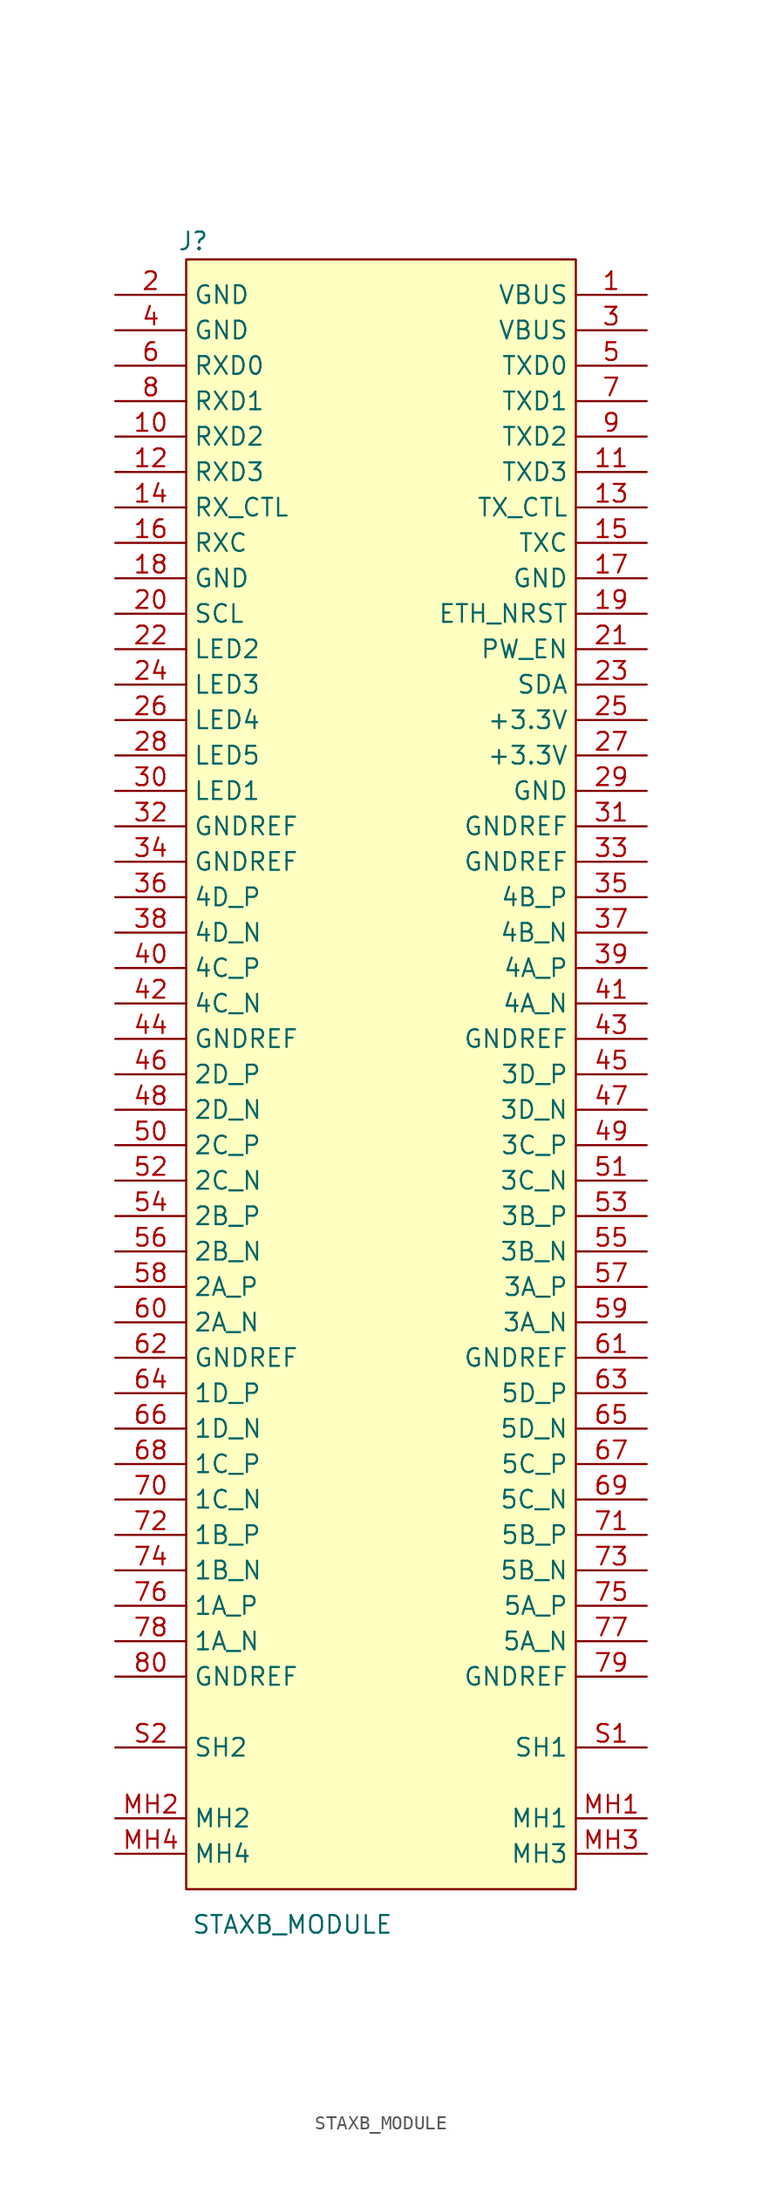
<source format=kicad_sym>
(kicad_symbol_lib
  (version 20220914)
  (generator kicad_symbol_editor)
  (symbol "STAXB_MODULE"
    (property "Reference" "J"
      (at 0.501 118.146 0)
      (effects (font (size 1.27 1.27))))
    (property "Value" "STAXB_MODULE"
      (at 7.62 -2.54 0)
      (effects (font (size 1.27 1.27))))
    (symbol "STAXB_MODULE_1_0"
      (rectangle (start 27.94 116.84) (end 0 0) (stroke (width 0) (type solid)) (fill (type background)))
      (pin power_in line (at 33.02 114.3 180) (length 5.08) (name "VBUS" (effects (font (size 1.27 1.27)))) (number "1" (effects (font (size 1.27 1.27)))))
      (pin passive line (at -5.08 104.14 0) (length 5.08) (name "RXD2" (effects (font (size 1.27 1.27)))) (number "10" (effects (font (size 1.27 1.27)))))
      (pin passive line (at 33.02 101.6 180) (length 5.08) (name "TXD3" (effects (font (size 1.27 1.27)))) (number "11" (effects (font (size 1.27 1.27)))))
      (pin passive line (at -5.08 101.6 0) (length 5.08) (name "RXD3" (effects (font (size 1.27 1.27)))) (number "12" (effects (font (size 1.27 1.27)))))
      (pin passive line (at 33.02 99.06 180) (length 5.08) (name "TX_CTL" (effects (font (size 1.27 1.27)))) (number "13" (effects (font (size 1.27 1.27)))))
      (pin passive line (at -5.08 99.06 0) (length 5.08) (name "RX_CTL" (effects (font (size 1.27 1.27)))) (number "14" (effects (font (size 1.27 1.27)))))
      (pin passive line (at 33.02 96.52 180) (length 5.08) (name "TXC" (effects (font (size 1.27 1.27)))) (number "15" (effects (font (size 1.27 1.27)))))
      (pin passive line (at -5.08 96.52 0) (length 5.08) (name "RXC" (effects (font (size 1.27 1.27)))) (number "16" (effects (font (size 1.27 1.27)))))
      (pin power_in line (at 33.02 93.98 180) (length 5.08) (name "GND" (effects (font (size 1.27 1.27)))) (number "17" (effects (font (size 1.27 1.27)))))
      (pin power_in line (at -5.08 93.98 0) (length 5.08) (name "GND" (effects (font (size 1.27 1.27)))) (number "18" (effects (font (size 1.27 1.27)))))
      (pin passive line (at 33.02 91.44 180) (length 5.08) (name "ETH_NRST" (effects (font (size 1.27 1.27)))) (number "19" (effects (font (size 1.27 1.27)))))
      (pin power_in line (at -5.08 114.3 0) (length 5.08) (name "GND" (effects (font (size 1.27 1.27)))) (number "2" (effects (font (size 1.27 1.27)))))
      (pin passive line (at -5.08 91.44 0) (length 5.08) (name "SCL" (effects (font (size 1.27 1.27)))) (number "20" (effects (font (size 1.27 1.27)))))
      (pin passive line (at 33.02 88.9 180) (length 5.08) (name "PW_EN" (effects (font (size 1.27 1.27)))) (number "21" (effects (font (size 1.27 1.27)))))
      (pin passive line (at -5.08 88.9 0) (length 5.08) (name "LED2" (effects (font (size 1.27 1.27)))) (number "22" (effects (font (size 1.27 1.27)))))
      (pin passive line (at 33.02 86.36 180) (length 5.08) (name "SDA" (effects (font (size 1.27 1.27)))) (number "23" (effects (font (size 1.27 1.27)))))
      (pin passive line (at -5.08 86.36 0) (length 5.08) (name "LED3" (effects (font (size 1.27 1.27)))) (number "24" (effects (font (size 1.27 1.27)))))
      (pin power_in line (at 33.02 83.82 180) (length 5.08) (name "+3.3V" (effects (font (size 1.27 1.27)))) (number "25" (effects (font (size 1.27 1.27)))))
      (pin passive line (at -5.08 83.82 0) (length 5.08) (name "LED4" (effects (font (size 1.27 1.27)))) (number "26" (effects (font (size 1.27 1.27)))))
      (pin power_in line (at 33.02 81.28 180) (length 5.08) (name "+3.3V" (effects (font (size 1.27 1.27)))) (number "27" (effects (font (size 1.27 1.27)))))
      (pin passive line (at -5.08 81.28 0) (length 5.08) (name "LED5" (effects (font (size 1.27 1.27)))) (number "28" (effects (font (size 1.27 1.27)))))
      (pin power_in line (at 33.02 78.74 180) (length 5.08) (name "GND" (effects (font (size 1.27 1.27)))) (number "29" (effects (font (size 1.27 1.27)))))
      (pin power_in line (at 33.02 111.76 180) (length 5.08) (name "VBUS" (effects (font (size 1.27 1.27)))) (number "3" (effects (font (size 1.27 1.27)))))
      (pin passive line (at -5.08 78.74 0) (length 5.08) (name "LED1" (effects (font (size 1.27 1.27)))) (number "30" (effects (font (size 1.27 1.27)))))
      (pin power_in line (at 33.02 76.2 180) (length 5.08) (name "GNDREF" (effects (font (size 1.27 1.27)))) (number "31" (effects (font (size 1.27 1.27)))))
      (pin power_in line (at -5.08 76.2 0) (length 5.08) (name "GNDREF" (effects (font (size 1.27 1.27)))) (number "32" (effects (font (size 1.27 1.27)))))
      (pin power_in line (at 33.02 73.66 180) (length 5.08) (name "GNDREF" (effects (font (size 1.27 1.27)))) (number "33" (effects (font (size 1.27 1.27)))))
      (pin power_in line (at -5.08 73.66 0) (length 5.08) (name "GNDREF" (effects (font (size 1.27 1.27)))) (number "34" (effects (font (size 1.27 1.27)))))
      (pin passive line (at 33.02 71.12 180) (length 5.08) (name "4B_P" (effects (font (size 1.27 1.27)))) (number "35" (effects (font (size 1.27 1.27)))))
      (pin passive line (at -5.08 71.12 0) (length 5.08) (name "4D_P" (effects (font (size 1.27 1.27)))) (number "36" (effects (font (size 1.27 1.27)))))
      (pin passive line (at 33.02 68.58 180) (length 5.08) (name "4B_N" (effects (font (size 1.27 1.27)))) (number "37" (effects (font (size 1.27 1.27)))))
      (pin passive line (at -5.08 68.58 0) (length 5.08) (name "4D_N" (effects (font (size 1.27 1.27)))) (number "38" (effects (font (size 1.27 1.27)))))
      (pin passive line (at 33.02 66.04 180) (length 5.08) (name "4A_P" (effects (font (size 1.27 1.27)))) (number "39" (effects (font (size 1.27 1.27)))))
      (pin power_in line (at -5.08 111.76 0) (length 5.08) (name "GND" (effects (font (size 1.27 1.27)))) (number "4" (effects (font (size 1.27 1.27)))))
      (pin passive line (at -5.08 66.04 0) (length 5.08) (name "4C_P" (effects (font (size 1.27 1.27)))) (number "40" (effects (font (size 1.27 1.27)))))
      (pin passive line (at 33.02 63.5 180) (length 5.08) (name "4A_N" (effects (font (size 1.27 1.27)))) (number "41" (effects (font (size 1.27 1.27)))))
      (pin passive line (at -5.08 63.5 0) (length 5.08) (name "4C_N" (effects (font (size 1.27 1.27)))) (number "42" (effects (font (size 1.27 1.27)))))
      (pin power_in line (at 33.02 60.96 180) (length 5.08) (name "GNDREF" (effects (font (size 1.27 1.27)))) (number "43" (effects (font (size 1.27 1.27)))))
      (pin power_in line (at -5.08 60.96 0) (length 5.08) (name "GNDREF" (effects (font (size 1.27 1.27)))) (number "44" (effects (font (size 1.27 1.27)))))
      (pin passive line (at 33.02 58.42 180) (length 5.08) (name "3D_P" (effects (font (size 1.27 1.27)))) (number "45" (effects (font (size 1.27 1.27)))))
      (pin passive line (at -5.08 58.42 0) (length 5.08) (name "2D_P" (effects (font (size 1.27 1.27)))) (number "46" (effects (font (size 1.27 1.27)))))
      (pin passive line (at 33.02 55.88 180) (length 5.08) (name "3D_N" (effects (font (size 1.27 1.27)))) (number "47" (effects (font (size 1.27 1.27)))))
      (pin passive line (at -5.08 55.88 0) (length 5.08) (name "2D_N" (effects (font (size 1.27 1.27)))) (number "48" (effects (font (size 1.27 1.27)))))
      (pin passive line (at 33.02 53.34 180) (length 5.08) (name "3C_P" (effects (font (size 1.27 1.27)))) (number "49" (effects (font (size 1.27 1.27)))))
      (pin passive line (at 33.02 109.22 180) (length 5.08) (name "TXD0" (effects (font (size 1.27 1.27)))) (number "5" (effects (font (size 1.27 1.27)))))
      (pin passive line (at -5.08 53.34 0) (length 5.08) (name "2C_P" (effects (font (size 1.27 1.27)))) (number "50" (effects (font (size 1.27 1.27)))))
      (pin passive line (at 33.02 50.8 180) (length 5.08) (name "3C_N" (effects (font (size 1.27 1.27)))) (number "51" (effects (font (size 1.27 1.27)))))
      (pin passive line (at -5.08 50.8 0) (length 5.08) (name "2C_N" (effects (font (size 1.27 1.27)))) (number "52" (effects (font (size 1.27 1.27)))))
      (pin passive line (at 33.02 48.26 180) (length 5.08) (name "3B_P" (effects (font (size 1.27 1.27)))) (number "53" (effects (font (size 1.27 1.27)))))
      (pin passive line (at -5.08 48.26 0) (length 5.08) (name "2B_P" (effects (font (size 1.27 1.27)))) (number "54" (effects (font (size 1.27 1.27)))))
      (pin passive line (at 33.02 45.72 180) (length 5.08) (name "3B_N" (effects (font (size 1.27 1.27)))) (number "55" (effects (font (size 1.27 1.27)))))
      (pin passive line (at -5.08 45.72 0) (length 5.08) (name "2B_N" (effects (font (size 1.27 1.27)))) (number "56" (effects (font (size 1.27 1.27)))))
      (pin passive line (at 33.02 43.18 180) (length 5.08) (name "3A_P" (effects (font (size 1.27 1.27)))) (number "57" (effects (font (size 1.27 1.27)))))
      (pin passive line (at -5.08 43.18 0) (length 5.08) (name "2A_P" (effects (font (size 1.27 1.27)))) (number "58" (effects (font (size 1.27 1.27)))))
      (pin passive line (at 33.02 40.64 180) (length 5.08) (name "3A_N" (effects (font (size 1.27 1.27)))) (number "59" (effects (font (size 1.27 1.27)))))
      (pin passive line (at -5.08 109.22 0) (length 5.08) (name "RXD0" (effects (font (size 1.27 1.27)))) (number "6" (effects (font (size 1.27 1.27)))))
      (pin passive line (at -5.08 40.64 0) (length 5.08) (name "2A_N" (effects (font (size 1.27 1.27)))) (number "60" (effects (font (size 1.27 1.27)))))
      (pin power_in line (at 33.02 38.1 180) (length 5.08) (name "GNDREF" (effects (font (size 1.27 1.27)))) (number "61" (effects (font (size 1.27 1.27)))))
      (pin power_in line (at -5.08 38.1 0) (length 5.08) (name "GNDREF" (effects (font (size 1.27 1.27)))) (number "62" (effects (font (size 1.27 1.27)))))
      (pin passive line (at 33.02 35.56 180) (length 5.08) (name "5D_P" (effects (font (size 1.27 1.27)))) (number "63" (effects (font (size 1.27 1.27)))))
      (pin passive line (at -5.08 35.56 0) (length 5.08) (name "1D_P" (effects (font (size 1.27 1.27)))) (number "64" (effects (font (size 1.27 1.27)))))
      (pin passive line (at 33.02 33.02 180) (length 5.08) (name "5D_N" (effects (font (size 1.27 1.27)))) (number "65" (effects (font (size 1.27 1.27)))))
      (pin passive line (at -5.08 33.02 0) (length 5.08) (name "1D_N" (effects (font (size 1.27 1.27)))) (number "66" (effects (font (size 1.27 1.27)))))
      (pin passive line (at 33.02 30.48 180) (length 5.08) (name "5C_P" (effects (font (size 1.27 1.27)))) (number "67" (effects (font (size 1.27 1.27)))))
      (pin passive line (at -5.08 30.48 0) (length 5.08) (name "1C_P" (effects (font (size 1.27 1.27)))) (number "68" (effects (font (size 1.27 1.27)))))
      (pin passive line (at 33.02 27.94 180) (length 5.08) (name "5C_N" (effects (font (size 1.27 1.27)))) (number "69" (effects (font (size 1.27 1.27)))))
      (pin passive line (at 33.02 106.68 180) (length 5.08) (name "TXD1" (effects (font (size 1.27 1.27)))) (number "7" (effects (font (size 1.27 1.27)))))
      (pin passive line (at -5.08 27.94 0) (length 5.08) (name "1C_N" (effects (font (size 1.27 1.27)))) (number "70" (effects (font (size 1.27 1.27)))))
      (pin passive line (at 33.02 25.4 180) (length 5.08) (name "5B_P" (effects (font (size 1.27 1.27)))) (number "71" (effects (font (size 1.27 1.27)))))
      (pin passive line (at -5.08 25.4 0) (length 5.08) (name "1B_P" (effects (font (size 1.27 1.27)))) (number "72" (effects (font (size 1.27 1.27)))))
      (pin passive line (at 33.02 22.86 180) (length 5.08) (name "5B_N" (effects (font (size 1.27 1.27)))) (number "73" (effects (font (size 1.27 1.27)))))
      (pin passive line (at -5.08 22.86 0) (length 5.08) (name "1B_N" (effects (font (size 1.27 1.27)))) (number "74" (effects (font (size 1.27 1.27)))))
      (pin passive line (at 33.02 20.32 180) (length 5.08) (name "5A_P" (effects (font (size 1.27 1.27)))) (number "75" (effects (font (size 1.27 1.27)))))
      (pin passive line (at -5.08 20.32 0) (length 5.08) (name "1A_P" (effects (font (size 1.27 1.27)))) (number "76" (effects (font (size 1.27 1.27)))))
      (pin passive line (at 33.02 17.78 180) (length 5.08) (name "5A_N" (effects (font (size 1.27 1.27)))) (number "77" (effects (font (size 1.27 1.27)))))
      (pin passive line (at -5.08 17.78 0) (length 5.08) (name "1A_N" (effects (font (size 1.27 1.27)))) (number "78" (effects (font (size 1.27 1.27)))))
      (pin power_in line (at 33.02 15.24 180) (length 5.08) (name "GNDREF" (effects (font (size 1.27 1.27)))) (number "79" (effects (font (size 1.27 1.27)))))
      (pin passive line (at -5.08 106.68 0) (length 5.08) (name "RXD1" (effects (font (size 1.27 1.27)))) (number "8" (effects (font (size 1.27 1.27)))))
      (pin power_in line (at -5.08 15.24 0) (length 5.08) (name "GNDREF" (effects (font (size 1.27 1.27)))) (number "80" (effects (font (size 1.27 1.27)))))
      (pin passive line (at 33.02 104.14 180) (length 5.08) (name "TXD2" (effects (font (size 1.27 1.27)))) (number "9" (effects (font (size 1.27 1.27)))))
      (pin passive line (at 33.02 5.08 180) (length 5.08) (name "MH1" (effects (font (size 1.27 1.27)))) (number "MH1" (effects (font (size 1.27 1.27)))))
      (pin passive line (at -5.08 5.08 0) (length 5.08) (name "MH2" (effects (font (size 1.27 1.27)))) (number "MH2" (effects (font (size 1.27 1.27)))))
      (pin passive line (at 33.02 2.54 180) (length 5.08) (name "MH3" (effects (font (size 1.27 1.27)))) (number "MH3" (effects (font (size 1.27 1.27)))))
      (pin passive line (at -5.08 2.54 0) (length 5.08) (name "MH4" (effects (font (size 1.27 1.27)))) (number "MH4" (effects (font (size 1.27 1.27)))))
      (pin passive line (at 33.02 10.16 180) (length 5.08) (name "SH1" (effects (font (size 1.27 1.27)))) (number "S1" (effects (font (size 1.27 1.27)))))
      (pin passive line (at -5.08 10.16 0) (length 5.08) (name "SH2" (effects (font (size 1.27 1.27)))) (number "S2" (effects (font (size 1.27 1.27))))))))
</source>
